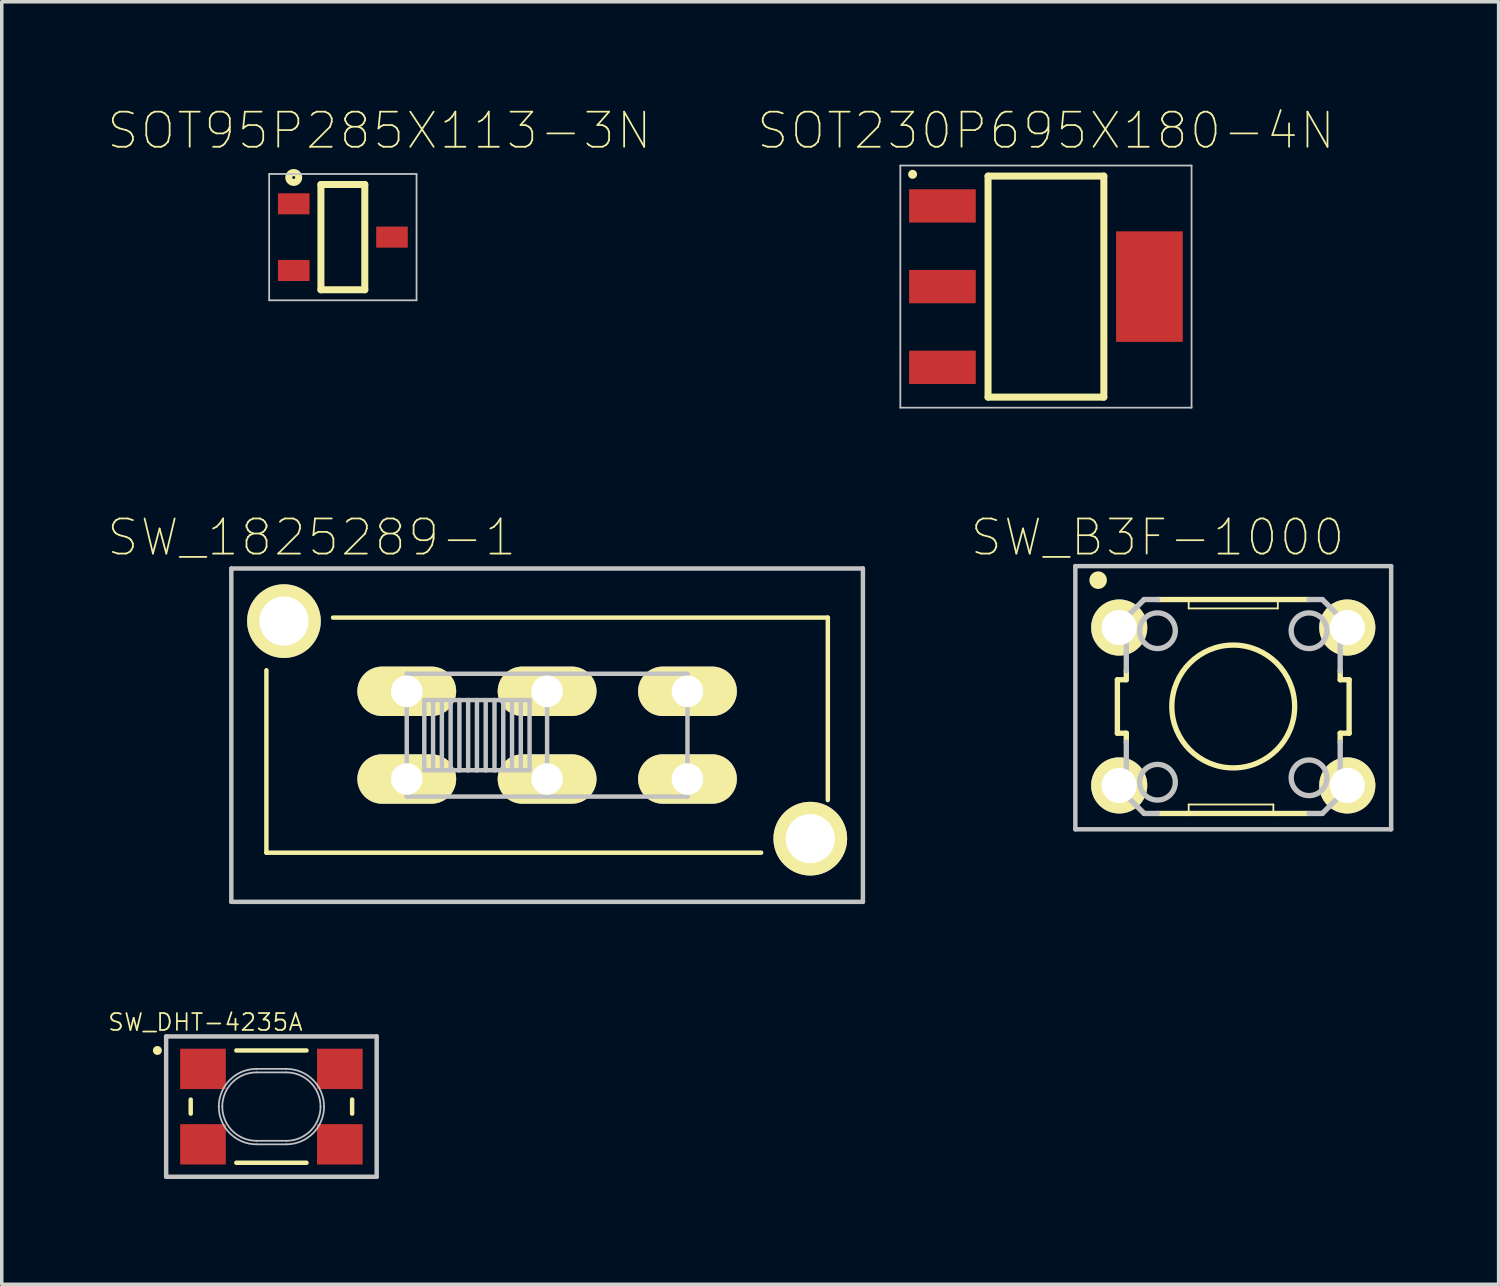
<source format=kicad_pcb>
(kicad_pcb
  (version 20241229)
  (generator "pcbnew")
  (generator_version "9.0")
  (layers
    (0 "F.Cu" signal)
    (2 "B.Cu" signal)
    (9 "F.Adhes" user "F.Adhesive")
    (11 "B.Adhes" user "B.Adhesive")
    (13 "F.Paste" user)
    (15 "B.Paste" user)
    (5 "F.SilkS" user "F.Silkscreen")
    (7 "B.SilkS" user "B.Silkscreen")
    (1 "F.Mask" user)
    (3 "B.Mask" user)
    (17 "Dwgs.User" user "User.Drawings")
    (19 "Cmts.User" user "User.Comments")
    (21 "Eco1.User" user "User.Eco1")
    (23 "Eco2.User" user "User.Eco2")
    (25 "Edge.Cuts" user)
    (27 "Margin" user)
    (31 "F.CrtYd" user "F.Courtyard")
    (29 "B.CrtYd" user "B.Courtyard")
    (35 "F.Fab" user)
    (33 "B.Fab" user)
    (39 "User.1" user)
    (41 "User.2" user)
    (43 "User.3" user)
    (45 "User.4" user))
  (footprint "SW_B3F-1000"
    (layer "F.Cu")
    (at 32.096 17.084)
    (property "Reference" "SW_B3F-1000" (at -2.158 -4.818 0) (layer "F.SilkS") (effects (font (size 1 1) (thickness 0.05))))
    (attr through_hole)
    (fp_line (start -3.302 -0.762) (end -3.302 0.762) (stroke (width 0.152) (type solid)) (layer "F.SilkS"))
    (fp_line (start -3.302 -0.762) (end -3.048 -0.762) (stroke (width 0.152) (type solid)) (layer "F.SilkS"))
    (fp_line (start -3.048 -0.762) (end -3.048 -1.016) (stroke (width 0.152) (type solid)) (layer "F.SilkS"))
    (fp_line (start -3.048 0.762) (end -3.302 0.762) (stroke (width 0.152) (type solid)) (layer "F.SilkS"))
    (fp_line (start -3.048 0.762) (end -3.048 1.016) (stroke (width 0.152) (type solid)) (layer "F.SilkS"))
    (fp_line (start -2.159 3.048) (end -1.27 3.048) (stroke (width 0.152) (type solid)) (layer "F.SilkS"))
    (fp_line (start -1.27 -3.048) (end -2.159 -3.048) (stroke (width 0.152) (type solid)) (layer "F.SilkS"))
    (fp_line (start -1.27 -3.048) (end -1.27 -2.794) (stroke (width 0.051) (type solid)) (layer "F.SilkS"))
    (fp_line (start -1.27 2.794) (end -1.27 3.048) (stroke (width 0.051) (type solid)) (layer "F.SilkS"))
    (fp_line (start -1.27 3.048) (end 1.143 3.048) (stroke (width 0.152) (type solid)) (layer "F.SilkS"))
    (fp_line (start 1.143 2.794) (end -1.27 2.794) (stroke (width 0.051) (type solid)) (layer "F.SilkS"))
    (fp_line (start 1.143 2.794) (end 1.143 3.048) (stroke (width 0.051) (type solid)) (layer "F.SilkS"))
    (fp_line (start 1.143 3.048) (end 2.159 3.048) (stroke (width 0.152) (type solid)) (layer "F.SilkS"))
    (fp_line (start 1.27 -3.048) (end -1.27 -3.048) (stroke (width 0.152) (type solid)) (layer "F.SilkS"))
    (fp_line (start 1.27 -2.794) (end -1.27 -2.794) (stroke (width 0.051) (type solid)) (layer "F.SilkS"))
    (fp_line (start 1.27 -2.794) (end 1.27 -3.048) (stroke (width 0.051) (type solid)) (layer "F.SilkS"))
    (fp_line (start 2.159 -3.048) (end 1.27 -3.048) (stroke (width 0.152) (type solid)) (layer "F.SilkS"))
    (fp_line (start 3.048 -0.762) (end 3.048 -1.016) (stroke (width 0.152) (type solid)) (layer "F.SilkS"))
    (fp_line (start 3.048 -0.762) (end 3.302 -0.762) (stroke (width 0.152) (type solid)) (layer "F.SilkS"))
    (fp_line (start 3.048 0.762) (end 3.048 1.016) (stroke (width 0.152) (type solid)) (layer "F.SilkS"))
    (fp_line (start 3.302 0.762) (end 3.048 0.762) (stroke (width 0.152) (type solid)) (layer "F.SilkS"))
    (fp_line (start 3.302 0.762) (end 3.302 -0.762) (stroke (width 0.152) (type solid)) (layer "F.SilkS"))
    (fp_circle (center -3.85 -3.6) (end -3.6 -3.6) (stroke (width 0) (type solid)) (fill yes) (layer "F.SilkS"))
    (fp_circle (center 0 0) (end 1.75 0) (stroke (width 0.152) (type solid)) (fill no) (layer "F.SilkS"))
    (fp_line (start -4.5 -4) (end 4.5 -4) (stroke (width 0.127) (type solid)) (layer "Dwgs.User"))
    (fp_line (start -4.5 3.5) (end -4.5 -4) (stroke (width 0.127) (type solid)) (layer "Dwgs.User"))
    (fp_line (start -3.048 -2.54) (end -3.048 -1.016) (stroke (width 0.152) (type solid)) (layer "Dwgs.User"))
    (fp_line (start -3.048 2.54) (end -3.048 1.016) (stroke (width 0.152) (type solid)) (layer "Dwgs.User"))
    (fp_line (start -2.54 -3.048) (end -3.048 -2.54) (stroke (width 0.152) (type solid)) (layer "Dwgs.User"))
    (fp_line (start -2.54 -3.048) (end -2.159 -3.048) (stroke (width 0.152) (type solid)) (layer "Dwgs.User"))
    (fp_line (start -2.54 3.048) (end -3.048 2.54) (stroke (width 0.152) (type solid)) (layer "Dwgs.User"))
    (fp_line (start -2.54 3.048) (end -2.159 3.048) (stroke (width 0.152) (type solid)) (layer "Dwgs.User"))
    (fp_line (start 2.54 -3.048) (end 2.159 -3.048) (stroke (width 0.152) (type solid)) (layer "Dwgs.User"))
    (fp_line (start 2.54 3.048) (end 2.159 3.048) (stroke (width 0.152) (type solid)) (layer "Dwgs.User"))
    (fp_line (start 2.54 3.048) (end 3.048 2.54) (stroke (width 0.152) (type solid)) (layer "Dwgs.User"))
    (fp_line (start 3.048 -2.54) (end 2.54 -3.048) (stroke (width 0.152) (type solid)) (layer "Dwgs.User"))
    (fp_line (start 3.048 -1.016) (end 3.048 -2.54) (stroke (width 0.152) (type solid)) (layer "Dwgs.User"))
    (fp_line (start 3.048 2.54) (end 3.048 1.016) (stroke (width 0.152) (type solid)) (layer "Dwgs.User"))
    (fp_line (start 4.5 -4) (end 4.5 3.5) (stroke (width 0.127) (type solid)) (layer "Dwgs.User"))
    (fp_line (start 4.5 3.5) (end -4.5 3.5) (stroke (width 0.127) (type solid)) (layer "Dwgs.User"))
    (fp_circle (center -2.159 -2.159) (end -1.651 -2.159) (stroke (width 0.152) (type solid)) (fill no) (layer "Dwgs.User"))
    (fp_circle (center -2.159 2.159) (end -1.651 2.159) (stroke (width 0.152) (type solid)) (fill no) (layer "Dwgs.User"))
    (fp_circle (center 2.159 -2.159) (end 2.667 -2.159) (stroke (width 0.152) (type solid)) (fill no) (layer "Dwgs.User"))
    (fp_circle (center 2.159 2.032) (end 2.667 2.032) (stroke (width 0.152) (type solid)) (fill no) (layer "Dwgs.User"))
    (pad "1" thru_hole circle (at -3.25 -2.25) (size 1.6 1.6) (drill 1) (layers "*.Cu" "*.Mask" "F.SilkS"))
    (pad "2" thru_hole circle (at 3.25 -2.25) (size 1.6 1.6) (drill 1) (layers "*.Cu" "*.Mask" "F.SilkS"))
    (pad "3" thru_hole circle (at -3.25 2.25) (size 1.6 1.6) (drill 1) (layers "*.Cu" "*.Mask" "F.SilkS"))
    (pad "4" thru_hole circle (at 3.25 2.25) (size 1.6 1.6) (drill 1) (layers "*.Cu" "*.Mask" "F.SilkS")))
  (footprint "SOT95P285X113-3N"
    (layer "F.Cu")
    (at 6.721 3.708)
    (property "Reference" "SOT95P285X113-3N" (at 1.04 -3.035 0) (layer "F.SilkS") (effects (font (size 1 1) (thickness 0.05))))
    (attr smd)
    (fp_line (start -0.625 -1.5) (end 0.625 -1.5) (stroke (width 0.2) (type solid)) (layer "F.SilkS"))
    (fp_line (start -0.625 1.5) (end -0.625 -1.5) (stroke (width 0.2) (type solid)) (layer "F.SilkS"))
    (fp_line (start 0.625 -1.5) (end 0.625 1.5) (stroke (width 0.2) (type solid)) (layer "F.SilkS"))
    (fp_line (start 0.625 1.5) (end -0.625 1.5) (stroke (width 0.2) (type solid)) (layer "F.SilkS"))
    (fp_circle (center -1.4 -1.7) (end -1.259 -1.7) (stroke (width 0.2) (type solid)) (fill no) (layer "F.SilkS"))
    (fp_line (start -2.1 -1.8) (end 2.1 -1.8) (stroke (width 0.05) (type solid)) (layer "Dwgs.User"))
    (fp_line (start -2.1 1.8) (end -2.1 -1.8) (stroke (width 0.05) (type solid)) (layer "Dwgs.User"))
    (fp_line (start 2.1 -1.8) (end 2.1 1.8) (stroke (width 0.05) (type solid)) (layer "Dwgs.User"))
    (fp_line (start 2.1 1.8) (end -2.1 1.8) (stroke (width 0.05) (type solid)) (layer "Dwgs.User"))
    (pad "1" smd rect (at -1.4 -0.95) (size 0.9 0.6) (layers "F.Cu" "F.Mask" "F.Paste"))
    (pad "2" smd rect (at -1.4 0.95) (size 0.9 0.6) (layers "F.Cu" "F.Mask" "F.Paste"))
    (pad "3" smd rect (at 1.4 0) (size 0.9 0.6) (layers "F.Cu" "F.Mask" "F.Paste")))
  (footprint "SW_DHT-4235A"
    (layer "F.Cu")
    (at 4.685 28.487)
    (property "Reference" "SW_DHT-4235A" (at -1.881 -2.405 0) (layer "F.SilkS") (effects (font (size 0.48 0.48) (thickness 0.05))))
    (attr smd)
    (fp_line (start -2.3 -0.2) (end -2.3 0.2) (stroke (width 0.127) (type solid)) (layer "F.SilkS"))
    (fp_line (start -1 -1.6) (end 1 -1.6) (stroke (width 0.127) (type solid)) (layer "F.SilkS"))
    (fp_line (start -1 1.6) (end 1 1.6) (stroke (width 0.127) (type solid)) (layer "F.SilkS"))
    (fp_line (start 2.3 -0.2) (end 2.3 0.2) (stroke (width 0.127) (type solid)) (layer "F.SilkS"))
    (fp_circle (center -3.25 -1.6) (end -3.123 -1.6) (stroke (width 0) (type solid)) (fill yes) (layer "F.SilkS"))
    (fp_line (start -3 -2) (end 3 -2) (stroke (width 0.127) (type solid)) (layer "Dwgs.User"))
    (fp_line (start -3 2) (end -3 -2) (stroke (width 0.127) (type solid)) (layer "Dwgs.User"))
    (fp_line (start -0.425 -1.075) (end 0.425 -1.075) (stroke (width 0.05) (type solid)) (layer "Dwgs.User"))
    (fp_line (start -0.425 -0.975) (end 0.425 -0.975) (stroke (width 0.05) (type solid)) (layer "Dwgs.User"))
    (fp_line (start 0.425 0.975) (end -0.425 0.975) (stroke (width 0.05) (type solid)) (layer "Dwgs.User"))
    (fp_line (start 0.425 1.075) (end -0.425 1.075) (stroke (width 0.05) (type solid)) (layer "Dwgs.User"))
    (fp_line (start 3 -2) (end 3 2) (stroke (width 0.127) (type solid)) (layer "Dwgs.User"))
    (fp_line (start 3 2) (end -3 2) (stroke (width 0.127) (type solid)) (layer "Dwgs.User"))
    (fp_arc (start -1.5 0) (mid -1.18514 -0.76014) (end -0.425 -1.075) (stroke (width 0.05) (type solid)) (layer "Dwgs.User"))
    (fp_arc (start -1.4 0) (mid -1.114429 -0.689429) (end -0.425 -0.975) (stroke (width 0.05) (type solid)) (layer "Dwgs.User"))
    (fp_arc (start -0.425 0.975) (mid -1.114429 0.689429) (end -1.4 0) (stroke (width 0.05) (type solid)) (layer "Dwgs.User"))
    (fp_arc (start -0.425 1.075) (mid -1.18514 0.76014) (end -1.5 0) (stroke (width 0.05) (type solid)) (layer "Dwgs.User"))
    (fp_arc (start 0.425 -1.075) (mid 1.18514 -0.76014) (end 1.5 0) (stroke (width 0.05) (type solid)) (layer "Dwgs.User"))
    (fp_arc (start 0.425 -0.975) (mid 1.114429 -0.689429) (end 1.4 0) (stroke (width 0.05) (type solid)) (layer "Dwgs.User"))
    (fp_arc (start 1.4 0) (mid 1.114429 0.689429) (end 0.425 0.975) (stroke (width 0.05) (type solid)) (layer "Dwgs.User"))
    (fp_arc (start 1.5 0) (mid 1.18514 0.76014) (end 0.425 1.075) (stroke (width 0.05) (type solid)) (layer "Dwgs.User"))
    (pad "1" smd rect (at -1.95 -1.075) (size 1.3 1.15) (layers "F.Cu" "F.Mask" "F.Paste"))
    (pad "2" smd rect (at 1.95 -1.075) (size 1.3 1.15) (layers "F.Cu" "F.Mask" "F.Paste"))
    (pad "3" smd rect (at -1.95 1.075) (size 1.3 1.15) (layers "F.Cu" "F.Mask" "F.Paste"))
    (pad "4" smd rect (at 1.95 1.075) (size 1.3 1.15) (layers "F.Cu" "F.Mask" "F.Paste")))
  (footprint "SW_1825289-1"
    (layer "F.Cu")
    (at 12.542 17.901)
    (property "Reference" "SW_1825289-1" (at -6.71 -5.635 0) (layer "F.SilkS") (effects (font (size 1 1) (thickness 0.05))))
    (attr through_hole)
    (fp_line (start -8 -1.85) (end -8 3.35) (stroke (width 0.127) (type solid)) (layer "F.SilkS"))
    (fp_line (start -8 3.35) (end 6.1 3.35) (stroke (width 0.127) (type solid)) (layer "F.SilkS"))
    (fp_line (start -6.1 -3.35) (end 8 -3.35) (stroke (width 0.127) (type solid)) (layer "F.SilkS"))
    (fp_line (start 8 -3.35) (end 8 1.85) (stroke (width 0.127) (type solid)) (layer "F.SilkS"))
    (fp_line (start -9 -4.75) (end 9 -4.75) (stroke (width 0.127) (type solid)) (layer "Dwgs.User"))
    (fp_line (start -9 4.75) (end -9 -4.75) (stroke (width 0.127) (type solid)) (layer "Dwgs.User"))
    (fp_line (start -4 -1.75) (end -4 1.75) (stroke (width 0.127) (type solid)) (layer "Dwgs.User"))
    (fp_line (start -4 -1.75) (end 0 -1.75) (stroke (width 0.127) (type solid)) (layer "Dwgs.User"))
    (fp_line (start -4 1.75) (end 0 1.75) (stroke (width 0.127) (type solid)) (layer "Dwgs.User"))
    (fp_line (start -3.5 -1) (end -3.5 1) (stroke (width 0.127) (type solid)) (layer "Dwgs.User"))
    (fp_line (start -3.5 1) (end -3.25 1) (stroke (width 0.127) (type solid)) (layer "Dwgs.User"))
    (fp_line (start -3.25 -1) (end -3.5 -1) (stroke (width 0.127) (type solid)) (layer "Dwgs.User"))
    (fp_line (start -3.25 -1) (end -3.25 1) (stroke (width 0.127) (type solid)) (layer "Dwgs.User"))
    (fp_line (start -3.25 1) (end -3 1) (stroke (width 0.127) (type solid)) (layer "Dwgs.User"))
    (fp_line (start -3 -1) (end -3.25 -1) (stroke (width 0.127) (type solid)) (layer "Dwgs.User"))
    (fp_line (start -3 -1) (end -3 1) (stroke (width 0.127) (type solid)) (layer "Dwgs.User"))
    (fp_line (start -3 1) (end -2.75 1) (stroke (width 0.127) (type solid)) (layer "Dwgs.User"))
    (fp_line (start -2.75 -1) (end -3 -1) (stroke (width 0.127) (type solid)) (layer "Dwgs.User"))
    (fp_line (start -2.75 -1) (end -2.75 1) (stroke (width 0.127) (type solid)) (layer "Dwgs.User"))
    (fp_line (start -2.75 1) (end -2.5 1) (stroke (width 0.127) (type solid)) (layer "Dwgs.User"))
    (fp_line (start -2.5 -1) (end -2.75 -1) (stroke (width 0.127) (type solid)) (layer "Dwgs.User"))
    (fp_line (start -2.5 -1) (end -2.5 1) (stroke (width 0.127) (type solid)) (layer "Dwgs.User"))
    (fp_line (start -2.5 1) (end -2.25 1) (stroke (width 0.127) (type solid)) (layer "Dwgs.User"))
    (fp_line (start -2.25 -1) (end -2.5 -1) (stroke (width 0.127) (type solid)) (layer "Dwgs.User"))
    (fp_line (start -2.25 -1) (end -2.25 1) (stroke (width 0.127) (type solid)) (layer "Dwgs.User"))
    (fp_line (start -2.25 1) (end -2 1) (stroke (width 0.127) (type solid)) (layer "Dwgs.User"))
    (fp_line (start -2 -1) (end -2.25 -1) (stroke (width 0.127) (type solid)) (layer "Dwgs.User"))
    (fp_line (start -2 -1) (end -2 1) (stroke (width 0.127) (type solid)) (layer "Dwgs.User"))
    (fp_line (start -2 1) (end -1.75 1) (stroke (width 0.127) (type solid)) (layer "Dwgs.User"))
    (fp_line (start -1.75 -1) (end -2 -1) (stroke (width 0.127) (type solid)) (layer "Dwgs.User"))
    (fp_line (start -1.75 -1) (end -1.75 1) (stroke (width 0.127) (type solid)) (layer "Dwgs.User"))
    (fp_line (start -1.75 1) (end -1.5 1) (stroke (width 0.127) (type solid)) (layer "Dwgs.User"))
    (fp_line (start -1.5 -1) (end -1.75 -1) (stroke (width 0.127) (type solid)) (layer "Dwgs.User"))
    (fp_line (start -1.5 -1) (end -1.5 1) (stroke (width 0.127) (type solid)) (layer "Dwgs.User"))
    (fp_line (start -1.5 1) (end -1.25 1) (stroke (width 0.127) (type solid)) (layer "Dwgs.User"))
    (fp_line (start -1.25 -1) (end -1.5 -1) (stroke (width 0.127) (type solid)) (layer "Dwgs.User"))
    (fp_line (start -1.25 -1) (end -1.25 1) (stroke (width 0.127) (type solid)) (layer "Dwgs.User"))
    (fp_line (start -1.25 1) (end -1 1) (stroke (width 0.127) (type solid)) (layer "Dwgs.User"))
    (fp_line (start -1 -1) (end -1.25 -1) (stroke (width 0.127) (type solid)) (layer "Dwgs.User"))
    (fp_line (start -1 1) (end -1 -1) (stroke (width 0.127) (type solid)) (layer "Dwgs.User"))
    (fp_line (start -1 1) (end -0.75 1) (stroke (width 0.127) (type solid)) (layer "Dwgs.User"))
    (fp_line (start -0.75 -1) (end -1 -1) (stroke (width 0.127) (type solid)) (layer "Dwgs.User"))
    (fp_line (start -0.75 -1) (end -0.75 1) (stroke (width 0.127) (type solid)) (layer "Dwgs.User"))
    (fp_line (start -0.75 1) (end -0.5 1) (stroke (width 0.127) (type solid)) (layer "Dwgs.User"))
    (fp_line (start -0.5 -1) (end -0.75 -1) (stroke (width 0.127) (type solid)) (layer "Dwgs.User"))
    (fp_line (start -0.5 1) (end -0.5 -1) (stroke (width 0.127) (type solid)) (layer "Dwgs.User"))
    (fp_line (start 0 -1.75) (end 0 1.75) (stroke (width 0.127) (type solid)) (layer "Dwgs.User"))
    (fp_line (start 0 -1.75) (end 4 -1.75) (stroke (width 0.127) (type solid)) (layer "Dwgs.User"))
    (fp_line (start 0 1.75) (end 4 1.75) (stroke (width 0.127) (type solid)) (layer "Dwgs.User"))
    (fp_line (start 4 -1.75) (end 4 1.75) (stroke (width 0.127) (type solid)) (layer "Dwgs.User"))
    (fp_line (start 9 -4.75) (end 9 4.75) (stroke (width 0.127) (type solid)) (layer "Dwgs.User"))
    (fp_line (start 9 4.75) (end -9 4.75) (stroke (width 0.127) (type solid)) (layer "Dwgs.User"))
    (pad "1" thru_hole oval (at 4 1.25 180) (size 2.816 1.408) (drill 0.9) (layers "*.Cu" "*.Mask" "F.SilkS"))
    (pad "2" thru_hole oval (at 0 1.25 180) (size 2.816 1.408) (drill 0.9) (layers "*.Cu" "*.Mask" "F.SilkS"))
    (pad "3" thru_hole oval (at -4 1.25 180) (size 2.816 1.408) (drill 0.9) (layers "*.Cu" "*.Mask" "F.SilkS"))
    (pad "4" thru_hole oval (at 4 -1.25 180) (size 2.816 1.408) (drill 0.9) (layers "*.Cu" "*.Mask" "F.SilkS"))
    (pad "5" thru_hole oval (at 0 -1.25 180) (size 2.816 1.408) (drill 0.9) (layers "*.Cu" "*.Mask" "F.SilkS"))
    (pad "6" thru_hole oval (at -4 -1.25 180) (size 2.816 1.408) (drill 0.9) (layers "*.Cu" "*.Mask" "F.SilkS"))
    (pad "P1" thru_hole circle (at -7.5 -3.25) (size 2.1 2.1) (drill 1.4) (layers "*.Cu" "*.Mask" "F.SilkS"))
    (pad "P2" thru_hole circle (at 7.5 2.95) (size 2.1 2.1) (drill 1.4) (layers "*.Cu" "*.Mask" "F.SilkS")))
  (footprint "SOT230P695X180-4N"
    (layer "F.Cu")
    (at 26.758 5.118)
    (property "Reference" "SOT230P695X180-4N" (at 0 -4.445 0) (layer "F.SilkS") (effects (font (size 1 1) (thickness 0.05))))
    (attr smd)
    (fp_line (start -1.65 -3.15) (end 1.65 -3.15) (stroke (width 0.2) (type solid)) (layer "F.SilkS"))
    (fp_line (start -1.65 3.15) (end -1.65 -3.15) (stroke (width 0.2) (type solid)) (layer "F.SilkS"))
    (fp_line (start 1.65 -3.15) (end 1.65 3.15) (stroke (width 0.2) (type solid)) (layer "F.SilkS"))
    (fp_line (start 1.65 3.15) (end -1.65 3.15) (stroke (width 0.2) (type solid)) (layer "F.SilkS"))
    (fp_circle (center -3.8 -3.2) (end -3.673 -3.2) (stroke (width 0) (type solid)) (fill yes) (layer "F.SilkS"))
    (fp_line (start -4.15 -3.45) (end 4.15 -3.45) (stroke (width 0.05) (type solid)) (layer "Dwgs.User"))
    (fp_line (start -4.15 3.45) (end -4.15 -3.45) (stroke (width 0.05) (type solid)) (layer "Dwgs.User"))
    (fp_line (start 4.15 -3.45) (end 4.15 3.45) (stroke (width 0.05) (type solid)) (layer "Dwgs.User"))
    (fp_line (start 4.15 3.45) (end -4.15 3.45) (stroke (width 0.05) (type solid)) (layer "Dwgs.User"))
    (pad "1" smd rect (at -2.95 -2.3) (size 1.9 0.95) (layers "F.Cu" "F.Mask" "F.Paste"))
    (pad "2" smd rect (at -2.95 0) (size 1.9 0.95) (layers "F.Cu" "F.Mask" "F.Paste"))
    (pad "3" smd rect (at -2.95 2.3) (size 1.9 0.95) (layers "F.Cu" "F.Mask" "F.Paste"))
    (pad "4" smd rect (at 2.95 0) (size 1.9 3.15) (layers "F.Cu" "F.Mask" "F.Paste")))
  (gr_rect
    (start -3 -3)
    (end 39.659 33.551)
    (stroke (width 0.1) (type default))
    (fill no)
    (layer "Edge.Cuts")))
</source>
